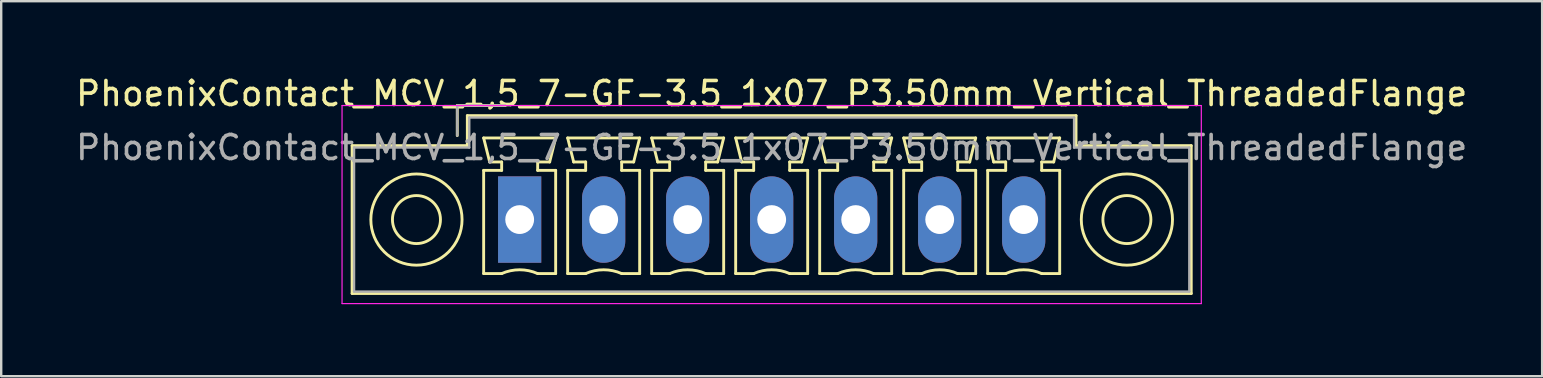
<source format=kicad_pcb>
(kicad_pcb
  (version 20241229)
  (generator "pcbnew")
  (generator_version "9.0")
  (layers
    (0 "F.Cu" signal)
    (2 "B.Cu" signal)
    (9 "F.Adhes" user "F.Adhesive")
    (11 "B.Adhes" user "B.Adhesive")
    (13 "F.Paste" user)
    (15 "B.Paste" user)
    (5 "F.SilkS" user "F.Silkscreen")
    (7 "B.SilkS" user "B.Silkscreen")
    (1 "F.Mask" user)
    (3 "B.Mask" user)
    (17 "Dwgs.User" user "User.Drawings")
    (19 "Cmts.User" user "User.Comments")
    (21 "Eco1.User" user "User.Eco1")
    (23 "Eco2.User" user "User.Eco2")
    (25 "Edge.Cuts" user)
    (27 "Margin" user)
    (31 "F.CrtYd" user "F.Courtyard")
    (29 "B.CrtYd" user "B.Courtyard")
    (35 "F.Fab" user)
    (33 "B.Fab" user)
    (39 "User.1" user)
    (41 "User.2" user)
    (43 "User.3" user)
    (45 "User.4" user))
  (footprint "PhoenixContact_MCV_1,5_7-GF-3.5_1x07_P3.50mm_Vertical_ThreadedFlange"
    (layer "F.Cu")
    (at 18.601 6.098)
    (property "Reference" "PhoenixContact_MCV_1,5_7-GF-3.5_1x07_P3.50mm_Vertical_ThreadedFlange" (at 10.5 -5.25 0) (layer "F.SilkS") (effects (font (size 1 1) (thickness 0.15))))
    (attr through_hole)
    (fp_line (start -6.98 -3.08) (end -6.98 3.08) (stroke (width 0.12) (type solid)) (layer "F.SilkS"))
    (fp_line (start -6.98 3.08) (end 27.98 3.08) (stroke (width 0.12) (type solid)) (layer "F.SilkS"))
    (fp_line (start -2.6 -4.75) (end -0.6 -4.75) (stroke (width 0.12) (type solid)) (layer "F.SilkS"))
    (fp_line (start -2.6 -3.5) (end -2.6 -4.75) (stroke (width 0.12) (type solid)) (layer "F.SilkS"))
    (fp_line (start -2.18 -4.33) (end -2.18 -3.08) (stroke (width 0.12) (type solid)) (layer "F.SilkS"))
    (fp_line (start -2.18 -3.08) (end -6.98 -3.08) (stroke (width 0.12) (type solid)) (layer "F.SilkS"))
    (fp_line (start -1.5 -3.4) (end 1.5 -3.4) (stroke (width 0.12) (type solid)) (layer "F.SilkS"))
    (fp_line (start -1.5 -2.05) (end -0.75 -2.05) (stroke (width 0.12) (type solid)) (layer "F.SilkS"))
    (fp_line (start -1.5 2.25) (end -1.5 -2.05) (stroke (width 0.12) (type solid)) (layer "F.SilkS"))
    (fp_line (start -1.25 -2.4) (end -1.5 -3.4) (stroke (width 0.12) (type solid)) (layer "F.SilkS"))
    (fp_line (start -0.75 -2.4) (end -1.25 -2.4) (stroke (width 0.12) (type solid)) (layer "F.SilkS"))
    (fp_line (start -0.75 -2.05) (end -0.75 -2.4) (stroke (width 0.12) (type solid)) (layer "F.SilkS"))
    (fp_line (start -0.75 2.25) (end -1.5 2.25) (stroke (width 0.12) (type solid)) (layer "F.SilkS"))
    (fp_line (start 0.75 -2.4) (end 0.75 -2.05) (stroke (width 0.12) (type solid)) (layer "F.SilkS"))
    (fp_line (start 0.75 -2.05) (end 1.5 -2.05) (stroke (width 0.12) (type solid)) (layer "F.SilkS"))
    (fp_line (start 1.25 -2.4) (end 0.75 -2.4) (stroke (width 0.12) (type solid)) (layer "F.SilkS"))
    (fp_line (start 1.5 -3.4) (end 1.25 -2.4) (stroke (width 0.12) (type solid)) (layer "F.SilkS"))
    (fp_line (start 1.5 -2.05) (end 1.5 2.25) (stroke (width 0.12) (type solid)) (layer "F.SilkS"))
    (fp_line (start 1.5 2.25) (end 0.75 2.25) (stroke (width 0.12) (type solid)) (layer "F.SilkS"))
    (fp_line (start 2 -3.4) (end 5 -3.4) (stroke (width 0.12) (type solid)) (layer "F.SilkS"))
    (fp_line (start 2 -2.05) (end 2.75 -2.05) (stroke (width 0.12) (type solid)) (layer "F.SilkS"))
    (fp_line (start 2 2.25) (end 2 -2.05) (stroke (width 0.12) (type solid)) (layer "F.SilkS"))
    (fp_line (start 2.25 -2.4) (end 2 -3.4) (stroke (width 0.12) (type solid)) (layer "F.SilkS"))
    (fp_line (start 2.75 -2.4) (end 2.25 -2.4) (stroke (width 0.12) (type solid)) (layer "F.SilkS"))
    (fp_line (start 2.75 -2.05) (end 2.75 -2.4) (stroke (width 0.12) (type solid)) (layer "F.SilkS"))
    (fp_line (start 2.75 2.25) (end 2 2.25) (stroke (width 0.12) (type solid)) (layer "F.SilkS"))
    (fp_line (start 4.25 -2.4) (end 4.25 -2.05) (stroke (width 0.12) (type solid)) (layer "F.SilkS"))
    (fp_line (start 4.25 -2.05) (end 5 -2.05) (stroke (width 0.12) (type solid)) (layer "F.SilkS"))
    (fp_line (start 4.75 -2.4) (end 4.25 -2.4) (stroke (width 0.12) (type solid)) (layer "F.SilkS"))
    (fp_line (start 5 -3.4) (end 4.75 -2.4) (stroke (width 0.12) (type solid)) (layer "F.SilkS"))
    (fp_line (start 5 -2.05) (end 5 2.25) (stroke (width 0.12) (type solid)) (layer "F.SilkS"))
    (fp_line (start 5 2.25) (end 4.25 2.25) (stroke (width 0.12) (type solid)) (layer "F.SilkS"))
    (fp_line (start 5.5 -3.4) (end 8.5 -3.4) (stroke (width 0.12) (type solid)) (layer "F.SilkS"))
    (fp_line (start 5.5 -2.05) (end 6.25 -2.05) (stroke (width 0.12) (type solid)) (layer "F.SilkS"))
    (fp_line (start 5.5 2.25) (end 5.5 -2.05) (stroke (width 0.12) (type solid)) (layer "F.SilkS"))
    (fp_line (start 5.75 -2.4) (end 5.5 -3.4) (stroke (width 0.12) (type solid)) (layer "F.SilkS"))
    (fp_line (start 6.25 -2.4) (end 5.75 -2.4) (stroke (width 0.12) (type solid)) (layer "F.SilkS"))
    (fp_line (start 6.25 -2.05) (end 6.25 -2.4) (stroke (width 0.12) (type solid)) (layer "F.SilkS"))
    (fp_line (start 6.25 2.25) (end 5.5 2.25) (stroke (width 0.12) (type solid)) (layer "F.SilkS"))
    (fp_line (start 7.75 -2.4) (end 7.75 -2.05) (stroke (width 0.12) (type solid)) (layer "F.SilkS"))
    (fp_line (start 7.75 -2.05) (end 8.5 -2.05) (stroke (width 0.12) (type solid)) (layer "F.SilkS"))
    (fp_line (start 8.25 -2.4) (end 7.75 -2.4) (stroke (width 0.12) (type solid)) (layer "F.SilkS"))
    (fp_line (start 8.5 -3.4) (end 8.25 -2.4) (stroke (width 0.12) (type solid)) (layer "F.SilkS"))
    (fp_line (start 8.5 -2.05) (end 8.5 2.25) (stroke (width 0.12) (type solid)) (layer "F.SilkS"))
    (fp_line (start 8.5 2.25) (end 7.75 2.25) (stroke (width 0.12) (type solid)) (layer "F.SilkS"))
    (fp_line (start 9 -3.4) (end 12 -3.4) (stroke (width 0.12) (type solid)) (layer "F.SilkS"))
    (fp_line (start 9 -2.05) (end 9.75 -2.05) (stroke (width 0.12) (type solid)) (layer "F.SilkS"))
    (fp_line (start 9 2.25) (end 9 -2.05) (stroke (width 0.12) (type solid)) (layer "F.SilkS"))
    (fp_line (start 9.25 -2.4) (end 9 -3.4) (stroke (width 0.12) (type solid)) (layer "F.SilkS"))
    (fp_line (start 9.75 -2.4) (end 9.25 -2.4) (stroke (width 0.12) (type solid)) (layer "F.SilkS"))
    (fp_line (start 9.75 -2.05) (end 9.75 -2.4) (stroke (width 0.12) (type solid)) (layer "F.SilkS"))
    (fp_line (start 9.75 2.25) (end 9 2.25) (stroke (width 0.12) (type solid)) (layer "F.SilkS"))
    (fp_line (start 11.25 -2.4) (end 11.25 -2.05) (stroke (width 0.12) (type solid)) (layer "F.SilkS"))
    (fp_line (start 11.25 -2.05) (end 12 -2.05) (stroke (width 0.12) (type solid)) (layer "F.SilkS"))
    (fp_line (start 11.75 -2.4) (end 11.25 -2.4) (stroke (width 0.12) (type solid)) (layer "F.SilkS"))
    (fp_line (start 12 -3.4) (end 11.75 -2.4) (stroke (width 0.12) (type solid)) (layer "F.SilkS"))
    (fp_line (start 12 -2.05) (end 12 2.25) (stroke (width 0.12) (type solid)) (layer "F.SilkS"))
    (fp_line (start 12 2.25) (end 11.25 2.25) (stroke (width 0.12) (type solid)) (layer "F.SilkS"))
    (fp_line (start 12.5 -3.4) (end 15.5 -3.4) (stroke (width 0.12) (type solid)) (layer "F.SilkS"))
    (fp_line (start 12.5 -2.05) (end 13.25 -2.05) (stroke (width 0.12) (type solid)) (layer "F.SilkS"))
    (fp_line (start 12.5 2.25) (end 12.5 -2.05) (stroke (width 0.12) (type solid)) (layer "F.SilkS"))
    (fp_line (start 12.75 -2.4) (end 12.5 -3.4) (stroke (width 0.12) (type solid)) (layer "F.SilkS"))
    (fp_line (start 13.25 -2.4) (end 12.75 -2.4) (stroke (width 0.12) (type solid)) (layer "F.SilkS"))
    (fp_line (start 13.25 -2.05) (end 13.25 -2.4) (stroke (width 0.12) (type solid)) (layer "F.SilkS"))
    (fp_line (start 13.25 2.25) (end 12.5 2.25) (stroke (width 0.12) (type solid)) (layer "F.SilkS"))
    (fp_line (start 14.75 -2.4) (end 14.75 -2.05) (stroke (width 0.12) (type solid)) (layer "F.SilkS"))
    (fp_line (start 14.75 -2.05) (end 15.5 -2.05) (stroke (width 0.12) (type solid)) (layer "F.SilkS"))
    (fp_line (start 15.25 -2.4) (end 14.75 -2.4) (stroke (width 0.12) (type solid)) (layer "F.SilkS"))
    (fp_line (start 15.5 -3.4) (end 15.25 -2.4) (stroke (width 0.12) (type solid)) (layer "F.SilkS"))
    (fp_line (start 15.5 -2.05) (end 15.5 2.25) (stroke (width 0.12) (type solid)) (layer "F.SilkS"))
    (fp_line (start 15.5 2.25) (end 14.75 2.25) (stroke (width 0.12) (type solid)) (layer "F.SilkS"))
    (fp_line (start 16 -3.4) (end 19 -3.4) (stroke (width 0.12) (type solid)) (layer "F.SilkS"))
    (fp_line (start 16 -2.05) (end 16.75 -2.05) (stroke (width 0.12) (type solid)) (layer "F.SilkS"))
    (fp_line (start 16 2.25) (end 16 -2.05) (stroke (width 0.12) (type solid)) (layer "F.SilkS"))
    (fp_line (start 16.25 -2.4) (end 16 -3.4) (stroke (width 0.12) (type solid)) (layer "F.SilkS"))
    (fp_line (start 16.75 -2.4) (end 16.25 -2.4) (stroke (width 0.12) (type solid)) (layer "F.SilkS"))
    (fp_line (start 16.75 -2.05) (end 16.75 -2.4) (stroke (width 0.12) (type solid)) (layer "F.SilkS"))
    (fp_line (start 16.75 2.25) (end 16 2.25) (stroke (width 0.12) (type solid)) (layer "F.SilkS"))
    (fp_line (start 18.25 -2.4) (end 18.25 -2.05) (stroke (width 0.12) (type solid)) (layer "F.SilkS"))
    (fp_line (start 18.25 -2.05) (end 19 -2.05) (stroke (width 0.12) (type solid)) (layer "F.SilkS"))
    (fp_line (start 18.75 -2.4) (end 18.25 -2.4) (stroke (width 0.12) (type solid)) (layer "F.SilkS"))
    (fp_line (start 19 -3.4) (end 18.75 -2.4) (stroke (width 0.12) (type solid)) (layer "F.SilkS"))
    (fp_line (start 19 -2.05) (end 19 2.25) (stroke (width 0.12) (type solid)) (layer "F.SilkS"))
    (fp_line (start 19 2.25) (end 18.25 2.25) (stroke (width 0.12) (type solid)) (layer "F.SilkS"))
    (fp_line (start 19.5 -3.4) (end 22.5 -3.4) (stroke (width 0.12) (type solid)) (layer "F.SilkS"))
    (fp_line (start 19.5 -2.05) (end 20.25 -2.05) (stroke (width 0.12) (type solid)) (layer "F.SilkS"))
    (fp_line (start 19.5 2.25) (end 19.5 -2.05) (stroke (width 0.12) (type solid)) (layer "F.SilkS"))
    (fp_line (start 19.75 -2.4) (end 19.5 -3.4) (stroke (width 0.12) (type solid)) (layer "F.SilkS"))
    (fp_line (start 20.25 -2.4) (end 19.75 -2.4) (stroke (width 0.12) (type solid)) (layer "F.SilkS"))
    (fp_line (start 20.25 -2.05) (end 20.25 -2.4) (stroke (width 0.12) (type solid)) (layer "F.SilkS"))
    (fp_line (start 20.25 2.25) (end 19.5 2.25) (stroke (width 0.12) (type solid)) (layer "F.SilkS"))
    (fp_line (start 21.75 -2.4) (end 21.75 -2.05) (stroke (width 0.12) (type solid)) (layer "F.SilkS"))
    (fp_line (start 21.75 -2.05) (end 22.5 -2.05) (stroke (width 0.12) (type solid)) (layer "F.SilkS"))
    (fp_line (start 22.25 -2.4) (end 21.75 -2.4) (stroke (width 0.12) (type solid)) (layer "F.SilkS"))
    (fp_line (start 22.5 -3.4) (end 22.25 -2.4) (stroke (width 0.12) (type solid)) (layer "F.SilkS"))
    (fp_line (start 22.5 -2.05) (end 22.5 2.25) (stroke (width 0.12) (type solid)) (layer "F.SilkS"))
    (fp_line (start 22.5 2.25) (end 21.75 2.25) (stroke (width 0.12) (type solid)) (layer "F.SilkS"))
    (fp_line (start 23.18 -4.33) (end -2.18 -4.33) (stroke (width 0.12) (type solid)) (layer "F.SilkS"))
    (fp_line (start 23.18 -3.08) (end 23.18 -4.33) (stroke (width 0.12) (type solid)) (layer "F.SilkS"))
    (fp_line (start 27.98 -3.08) (end 23.18 -3.08) (stroke (width 0.12) (type solid)) (layer "F.SilkS"))
    (fp_line (start 27.98 3.08) (end 27.98 -3.08) (stroke (width 0.12) (type solid)) (layer "F.SilkS"))
    (fp_arc (start -0.75 2.25) (mid -0.000193 2.09191) (end 0.749647 2.249844) (stroke (width 0.12) (type solid)) (layer "F.SilkS"))
    (fp_arc (start 2.75 2.25) (mid 3.499807 2.09191) (end 4.249647 2.249844) (stroke (width 0.12) (type solid)) (layer "F.SilkS"))
    (fp_arc (start 6.25 2.25) (mid 6.999807 2.09191) (end 7.749647 2.249844) (stroke (width 0.12) (type solid)) (layer "F.SilkS"))
    (fp_arc (start 9.75 2.25) (mid 10.499807 2.09191) (end 11.249647 2.249844) (stroke (width 0.12) (type solid)) (layer "F.SilkS"))
    (fp_arc (start 13.25 2.25) (mid 13.999807 2.09191) (end 14.749647 2.249844) (stroke (width 0.12) (type solid)) (layer "F.SilkS"))
    (fp_arc (start 16.75 2.25) (mid 17.499807 2.09191) (end 18.249647 2.249844) (stroke (width 0.12) (type solid)) (layer "F.SilkS"))
    (fp_arc (start 20.25 2.25) (mid 20.999807 2.09191) (end 21.749647 2.249844) (stroke (width 0.12) (type solid)) (layer "F.SilkS"))
    (fp_circle (center -4.3 0) (end -3.3 0) (stroke (width 0.12) (type solid)) (fill no) (layer "F.SilkS"))
    (fp_circle (center -4.3 0) (end -2.4 0) (stroke (width 0.12) (type solid)) (fill no) (layer "F.SilkS"))
    (fp_circle (center 25.3 0) (end 26.3 0) (stroke (width 0.12) (type solid)) (fill no) (layer "F.SilkS"))
    (fp_circle (center 25.3 0) (end 27.2 0) (stroke (width 0.12) (type solid)) (fill no) (layer "F.SilkS"))
    (fp_line (start -7.4 -4.75) (end -7.4 3.5) (stroke (width 0.05) (type solid)) (layer "F.CrtYd"))
    (fp_line (start -7.4 3.5) (end 28.4 3.5) (stroke (width 0.05) (type solid)) (layer "F.CrtYd"))
    (fp_line (start 28.4 -4.75) (end -7.4 -4.75) (stroke (width 0.05) (type solid)) (layer "F.CrtYd"))
    (fp_line (start 28.4 3.5) (end 28.4 -4.75) (stroke (width 0.05) (type solid)) (layer "F.CrtYd"))
    (fp_line (start -6.9 -3) (end -6.9 3) (stroke (width 0.1) (type solid)) (layer "F.Fab"))
    (fp_line (start -6.9 3) (end 27.9 3) (stroke (width 0.1) (type solid)) (layer "F.Fab"))
    (fp_line (start -2.6 -4.75) (end -0.6 -4.75) (stroke (width 0.1) (type solid)) (layer "F.Fab"))
    (fp_line (start -2.6 -3.5) (end -2.6 -4.75) (stroke (width 0.1) (type solid)) (layer "F.Fab"))
    (fp_line (start -2.1 -4.25) (end -2.1 -3) (stroke (width 0.1) (type solid)) (layer "F.Fab"))
    (fp_line (start -2.1 -3) (end -6.9 -3) (stroke (width 0.1) (type solid)) (layer "F.Fab"))
    (fp_line (start 23.1 -4.25) (end -2.1 -4.25) (stroke (width 0.1) (type solid)) (layer "F.Fab"))
    (fp_line (start 23.1 -3) (end 23.1 -4.25) (stroke (width 0.1) (type solid)) (layer "F.Fab"))
    (fp_line (start 27.9 -3) (end 23.1 -3) (stroke (width 0.1) (type solid)) (layer "F.Fab"))
    (fp_line (start 27.9 3) (end 27.9 -3) (stroke (width 0.1) (type solid)) (layer "F.Fab"))
    (fp_text user "${REFERENCE}" (at 10.5 -3 0) (layer "F.Fab") (effects (font (size 1 1) (thickness 0.15))))
    (pad "1" thru_hole rect (at 0 0) (size 1.8 3.6) (drill 1.2) (layers "*.Cu" "*.Mask"))
    (pad "2" thru_hole oval (at 3.5 0) (size 1.8 3.6) (drill 1.2) (layers "*.Cu" "*.Mask"))
    (pad "3" thru_hole oval (at 7 0) (size 1.8 3.6) (drill 1.2) (layers "*.Cu" "*.Mask"))
    (pad "4" thru_hole oval (at 10.5 0) (size 1.8 3.6) (drill 1.2) (layers "*.Cu" "*.Mask"))
    (pad "5" thru_hole oval (at 14 0) (size 1.8 3.6) (drill 1.2) (layers "*.Cu" "*.Mask"))
    (pad "6" thru_hole oval (at 17.5 0) (size 1.8 3.6) (drill 1.2) (layers "*.Cu" "*.Mask"))
    (pad "7" thru_hole oval (at 21 0) (size 1.8 3.6) (drill 1.2) (layers "*.Cu" "*.Mask")))
  (gr_rect
    (start -3 -3)
    (end 61.202 12.623)
    (stroke (width 0.1) (type default))
    (fill no)
    (layer "Edge.Cuts")))
</source>
